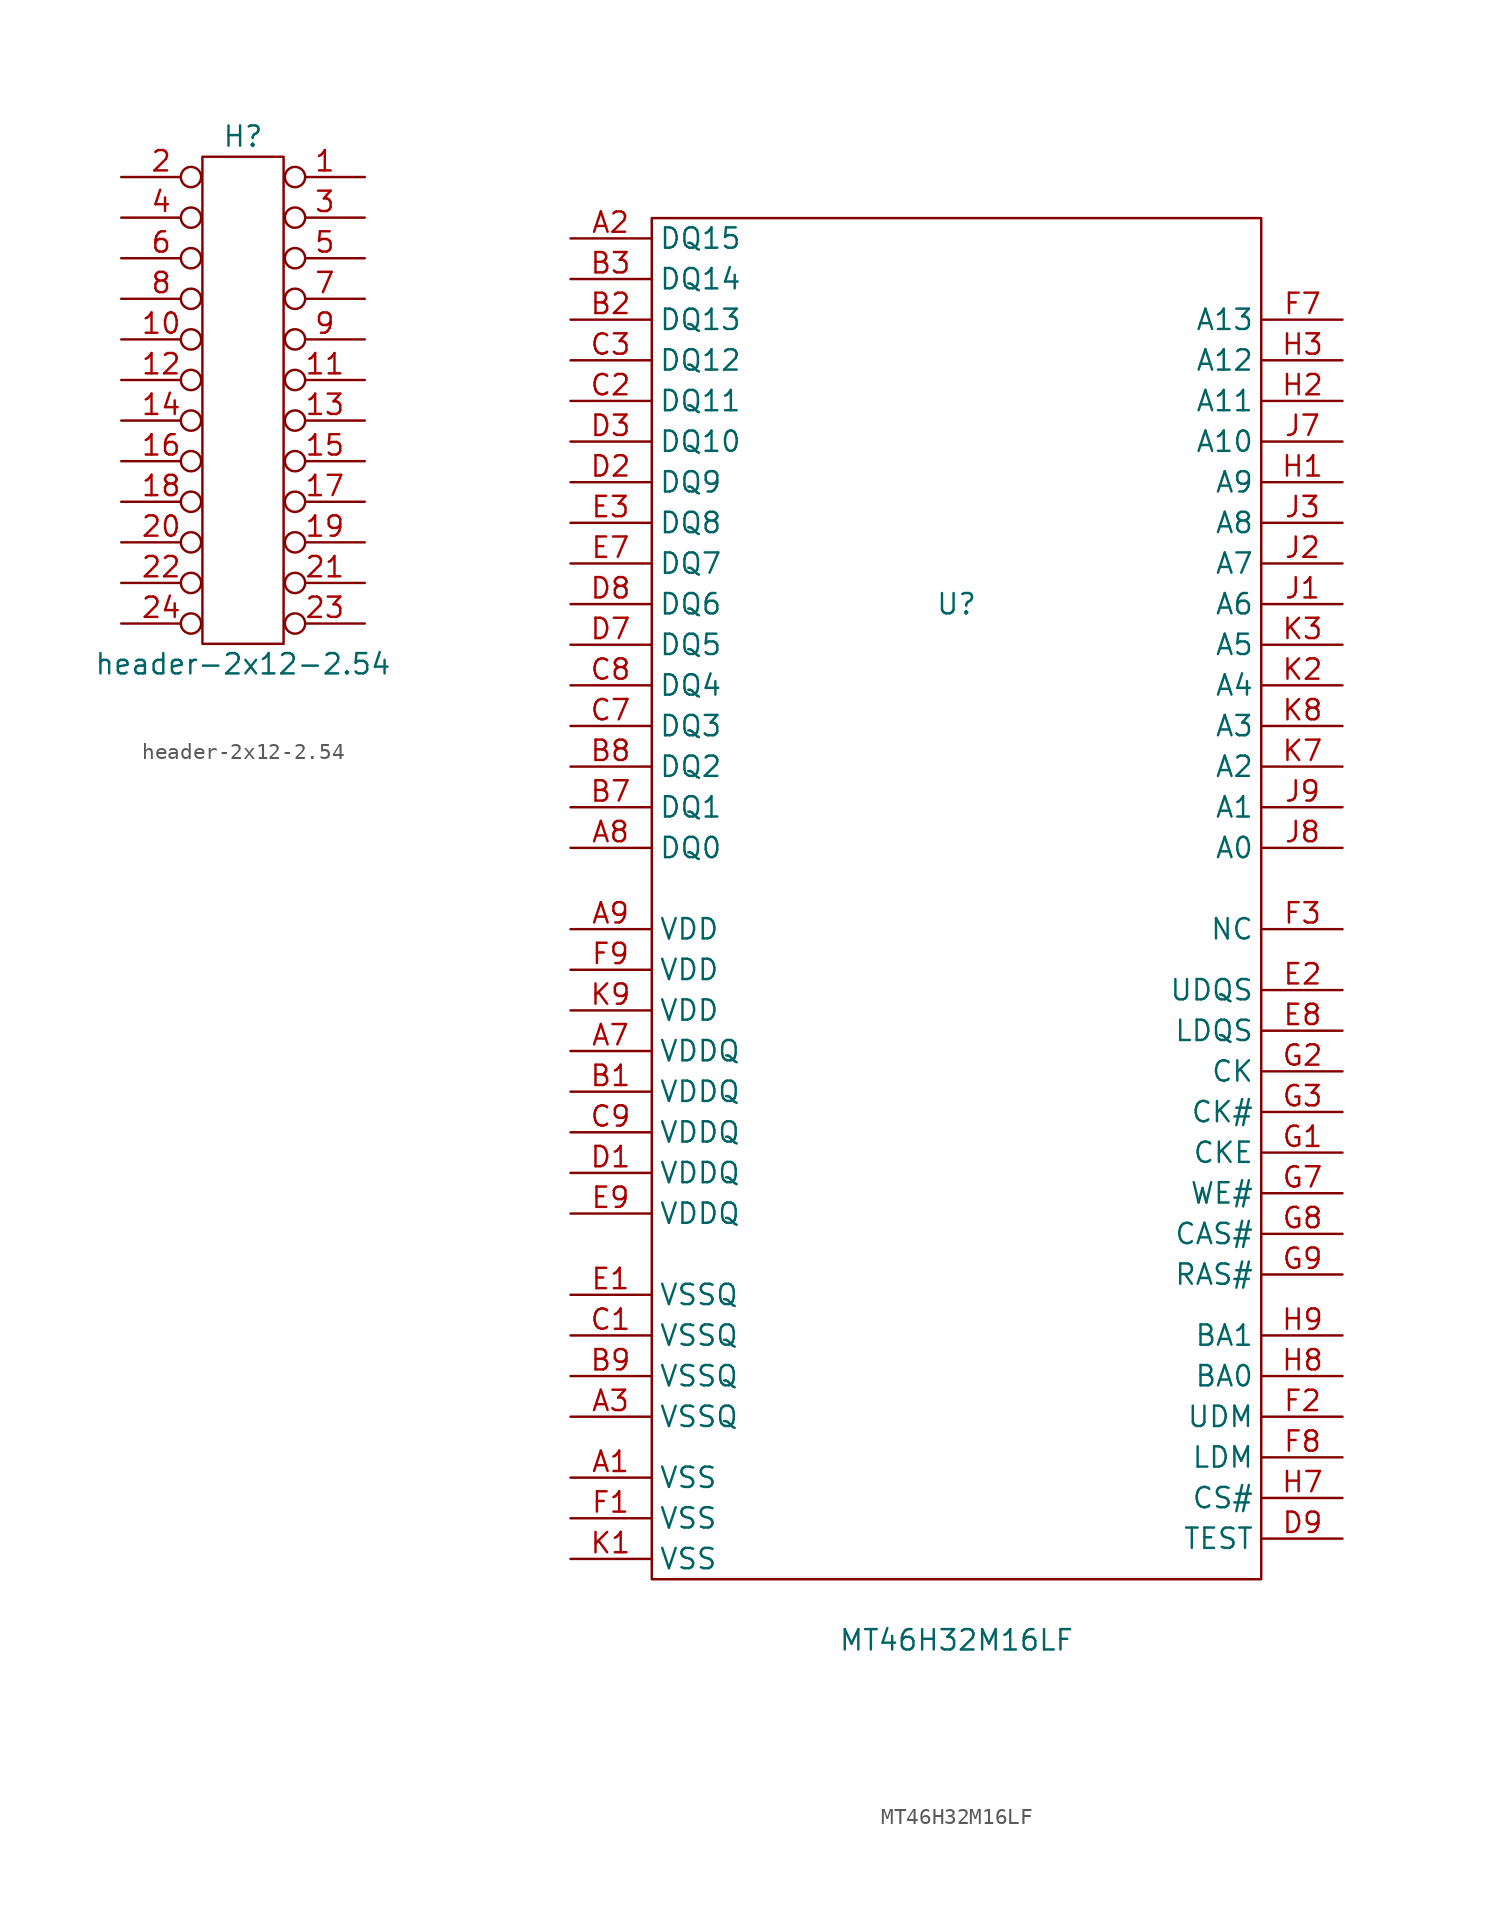
<source format=kicad_sym>
(kicad_symbol_lib
  (version 20211014)
  (generator kicad_symbol_editor)
  (symbol "header-2x12-2.54"
    (property "Reference" "H"
      (at 0 16.51 0)
      (effects (font (size 1.27 1.27))))
    (property "Value" "header-2x12-2.54"
      (at 0 -16.51 0)
      (effects (font (size 1.27 1.27))))
    (symbol "header-2x12-2.54_0_1"
      (rectangle (start -2.54 15.24) (end 2.54 -15.24) (stroke (width 0) (type default) (color 0 0 0 0)) (fill (type none))))
    (symbol "header-2x12-2.54_1_1"
      (pin passive inverted (at 7.62 13.97 180) (length 5) (name "" (effects (font (size 1.27 1.27)))) (number "1" (effects (font (size 1.27 1.27)))))
      (pin bidirectional inverted (at -7.62 3.81 0) (length 5) (name "" (effects (font (size 1.27 1.27)))) (number "10" (effects (font (size 1.27 1.27)))))
      (pin bidirectional inverted (at 7.62 1.27 180) (length 5) (name "" (effects (font (size 1.27 1.27)))) (number "11" (effects (font (size 1.27 1.27)))))
      (pin bidirectional inverted (at -7.62 1.27 0) (length 5) (name "" (effects (font (size 1.27 1.27)))) (number "12" (effects (font (size 1.27 1.27)))))
      (pin bidirectional inverted (at 7.62 -1.27 180) (length 5) (name "" (effects (font (size 1.27 1.27)))) (number "13" (effects (font (size 1.27 1.27)))))
      (pin bidirectional inverted (at -7.62 -1.27 0) (length 5) (name "" (effects (font (size 1.27 1.27)))) (number "14" (effects (font (size 1.27 1.27)))))
      (pin bidirectional inverted (at 7.62 -3.81 180) (length 5) (name "" (effects (font (size 1.27 1.27)))) (number "15" (effects (font (size 1.27 1.27)))))
      (pin bidirectional inverted (at -7.62 -3.81 0) (length 5) (name "" (effects (font (size 1.27 1.27)))) (number "16" (effects (font (size 1.27 1.27)))))
      (pin bidirectional inverted (at 7.62 -6.35 180) (length 5) (name "" (effects (font (size 1.27 1.27)))) (number "17" (effects (font (size 1.27 1.27)))))
      (pin bidirectional inverted (at -7.62 -6.35 0) (length 5) (name "" (effects (font (size 1.27 1.27)))) (number "18" (effects (font (size 1.27 1.27)))))
      (pin bidirectional inverted (at 7.62 -8.89 180) (length 5) (name "" (effects (font (size 1.27 1.27)))) (number "19" (effects (font (size 1.27 1.27)))))
      (pin passive inverted (at -7.62 13.97 0) (length 5) (name "" (effects (font (size 1.27 1.27)))) (number "2" (effects (font (size 1.27 1.27)))))
      (pin bidirectional inverted (at -7.62 -8.89 0) (length 5) (name "" (effects (font (size 1.27 1.27)))) (number "20" (effects (font (size 1.27 1.27)))))
      (pin bidirectional inverted (at 7.62 -11.43 180) (length 5) (name "" (effects (font (size 1.27 1.27)))) (number "21" (effects (font (size 1.27 1.27)))))
      (pin bidirectional inverted (at -7.62 -11.43 0) (length 5) (name "" (effects (font (size 1.27 1.27)))) (number "22" (effects (font (size 1.27 1.27)))))
      (pin bidirectional inverted (at 7.62 -13.97 180) (length 5) (name "" (effects (font (size 1.27 1.27)))) (number "23" (effects (font (size 1.27 1.27)))))
      (pin bidirectional inverted (at -7.62 -13.97 0) (length 5) (name "" (effects (font (size 1.27 1.27)))) (number "24" (effects (font (size 1.27 1.27)))))
      (pin bidirectional inverted (at 7.62 11.43 180) (length 5) (name "" (effects (font (size 1.27 1.27)))) (number "3" (effects (font (size 1.27 1.27)))))
      (pin bidirectional inverted (at -7.62 11.43 0) (length 5) (name "" (effects (font (size 1.27 1.27)))) (number "4" (effects (font (size 1.27 1.27)))))
      (pin bidirectional inverted (at 7.62 8.89 180) (length 5) (name "" (effects (font (size 1.27 1.27)))) (number "5" (effects (font (size 1.27 1.27)))))
      (pin bidirectional inverted (at -7.62 8.89 0) (length 5) (name "" (effects (font (size 1.27 1.27)))) (number "6" (effects (font (size 1.27 1.27)))))
      (pin bidirectional inverted (at 7.62 6.35 180) (length 5) (name "" (effects (font (size 1.27 1.27)))) (number "7" (effects (font (size 1.27 1.27)))))
      (pin bidirectional inverted (at -7.62 6.35 0) (length 5) (name "" (effects (font (size 1.27 1.27)))) (number "8" (effects (font (size 1.27 1.27)))))
      (pin bidirectional inverted (at 7.62 3.81 180) (length 5) (name "" (effects (font (size 1.27 1.27)))) (number "9" (effects (font (size 1.27 1.27)))))))
  (symbol "MT46H32M16LF"
    (property "Reference" "U"
      (at 0 0 0)
      (effects (font (size 1.27 1.27))))
    (property "Value" "MT46H32M16LF"
      (at 0 -64.77 0)
      (effects (font (size 1.27 1.27))))
    (symbol "MT46H32M16LF_0_1"
      (rectangle (start -19.05 24.13) (end 19.05 -60.96) (stroke (width 0) (type default) (color 0 0 0 0)) (fill (type none))))
    (symbol "MT46H32M16LF_1_1"
      (pin passive line (at -24.13 -54.61 0) (length 5) (name "VSS" (effects (font (size 1.27 1.27)))) (number "A1" (effects (font (size 1.27 1.27)))))
      (pin bidirectional line (at -24.13 22.86 0) (length 5) (name "DQ15" (effects (font (size 1.27 1.27)))) (number "A2" (effects (font (size 1.27 1.27)))))
      (pin passive line (at -24.13 -50.8 0) (length 5) (name "VSSQ" (effects (font (size 1.27 1.27)))) (number "A3" (effects (font (size 1.27 1.27)))))
      (pin passive line (at -24.13 -27.94 0) (length 5) (name "VDDQ" (effects (font (size 1.27 1.27)))) (number "A7" (effects (font (size 1.27 1.27)))))
      (pin bidirectional line (at -24.13 -15.24 0) (length 5) (name "DQ0" (effects (font (size 1.27 1.27)))) (number "A8" (effects (font (size 1.27 1.27)))))
      (pin passive line (at -24.13 -20.32 0) (length 5) (name "VDD" (effects (font (size 1.27 1.27)))) (number "A9" (effects (font (size 1.27 1.27)))))
      (pin passive line (at -24.13 -30.48 0) (length 5) (name "VDDQ" (effects (font (size 1.27 1.27)))) (number "B1" (effects (font (size 1.27 1.27)))))
      (pin bidirectional line (at -24.13 17.78 0) (length 5) (name "DQ13" (effects (font (size 1.27 1.27)))) (number "B2" (effects (font (size 1.27 1.27)))))
      (pin bidirectional line (at -24.13 20.32 0) (length 5) (name "DQ14" (effects (font (size 1.27 1.27)))) (number "B3" (effects (font (size 1.27 1.27)))))
      (pin bidirectional line (at -24.13 -12.7 0) (length 5) (name "DQ1" (effects (font (size 1.27 1.27)))) (number "B7" (effects (font (size 1.27 1.27)))))
      (pin bidirectional line (at -24.13 -10.16 0) (length 5) (name "DQ2" (effects (font (size 1.27 1.27)))) (number "B8" (effects (font (size 1.27 1.27)))))
      (pin passive line (at -24.13 -48.26 0) (length 5) (name "VSSQ" (effects (font (size 1.27 1.27)))) (number "B9" (effects (font (size 1.27 1.27)))))
      (pin passive line (at -24.13 -45.72 0) (length 5) (name "VSSQ" (effects (font (size 1.27 1.27)))) (number "C1" (effects (font (size 1.27 1.27)))))
      (pin bidirectional line (at -24.13 12.7 0) (length 5) (name "DQ11" (effects (font (size 1.27 1.27)))) (number "C2" (effects (font (size 1.27 1.27)))))
      (pin bidirectional line (at -24.13 15.24 0) (length 5) (name "DQ12" (effects (font (size 1.27 1.27)))) (number "C3" (effects (font (size 1.27 1.27)))))
      (pin bidirectional line (at -24.13 -7.62 0) (length 5) (name "DQ3" (effects (font (size 1.27 1.27)))) (number "C7" (effects (font (size 1.27 1.27)))))
      (pin bidirectional line (at -24.13 -5.08 0) (length 5) (name "DQ4" (effects (font (size 1.27 1.27)))) (number "C8" (effects (font (size 1.27 1.27)))))
      (pin passive line (at -24.13 -33.02 0) (length 5) (name "VDDQ" (effects (font (size 1.27 1.27)))) (number "C9" (effects (font (size 1.27 1.27)))))
      (pin passive line (at -24.13 -35.56 0) (length 5) (name "VDDQ" (effects (font (size 1.27 1.27)))) (number "D1" (effects (font (size 1.27 1.27)))))
      (pin bidirectional line (at -24.13 7.62 0) (length 5) (name "DQ9" (effects (font (size 1.27 1.27)))) (number "D2" (effects (font (size 1.27 1.27)))))
      (pin bidirectional line (at -24.13 10.16 0) (length 5) (name "DQ10" (effects (font (size 1.27 1.27)))) (number "D3" (effects (font (size 1.27 1.27)))))
      (pin bidirectional line (at -24.13 -2.54 0) (length 5) (name "DQ5" (effects (font (size 1.27 1.27)))) (number "D7" (effects (font (size 1.27 1.27)))))
      (pin bidirectional line (at -24.13 0 0) (length 5) (name "DQ6" (effects (font (size 1.27 1.27)))) (number "D8" (effects (font (size 1.27 1.27)))))
      (pin passive line (at 24.13 -58.42 180) (length 5) (name "TEST" (effects (font (size 1.27 1.27)))) (number "D9" (effects (font (size 1.27 1.27)))))
      (pin passive line (at -24.13 -43.18 0) (length 5) (name "VSSQ" (effects (font (size 1.27 1.27)))) (number "E1" (effects (font (size 1.27 1.27)))))
      (pin bidirectional line (at 24.13 -24.13 180) (length 5) (name "UDQS" (effects (font (size 1.27 1.27)))) (number "E2" (effects (font (size 1.27 1.27)))))
      (pin bidirectional line (at -24.13 5.08 0) (length 5) (name "DQ8" (effects (font (size 1.27 1.27)))) (number "E3" (effects (font (size 1.27 1.27)))))
      (pin bidirectional line (at -24.13 2.54 0) (length 5) (name "DQ7" (effects (font (size 1.27 1.27)))) (number "E7" (effects (font (size 1.27 1.27)))))
      (pin bidirectional line (at 24.13 -26.67 180) (length 5) (name "LDQS" (effects (font (size 1.27 1.27)))) (number "E8" (effects (font (size 1.27 1.27)))))
      (pin passive line (at -24.13 -38.1 0) (length 5) (name "VDDQ" (effects (font (size 1.27 1.27)))) (number "E9" (effects (font (size 1.27 1.27)))))
      (pin passive line (at -24.13 -57.15 0) (length 5) (name "VSS" (effects (font (size 1.27 1.27)))) (number "F1" (effects (font (size 1.27 1.27)))))
      (pin input line (at 24.13 -50.8 180) (length 5) (name "UDM" (effects (font (size 1.27 1.27)))) (number "F2" (effects (font (size 1.27 1.27)))))
      (pin free line (at 24.13 -20.32 180) (length 5) (name "NC" (effects (font (size 1.27 1.27)))) (number "F3" (effects (font (size 1.27 1.27)))))
      (pin passive line (at 24.13 17.78 180) (length 5) (name "A13" (effects (font (size 1.27 1.27)))) (number "F7" (effects (font (size 1.27 1.27)))))
      (pin input line (at 24.13 -53.34 180) (length 5) (name "LDM" (effects (font (size 1.27 1.27)))) (number "F8" (effects (font (size 1.27 1.27)))))
      (pin passive line (at -24.13 -22.86 0) (length 5) (name "VDD" (effects (font (size 1.27 1.27)))) (number "F9" (effects (font (size 1.27 1.27)))))
      (pin input line (at 24.13 -34.29 180) (length 5) (name "CKE" (effects (font (size 1.27 1.27)))) (number "G1" (effects (font (size 1.27 1.27)))))
      (pin input line (at 24.13 -29.21 180) (length 5) (name "CK" (effects (font (size 1.27 1.27)))) (number "G2" (effects (font (size 1.27 1.27)))))
      (pin input line (at 24.13 -31.75 180) (length 5) (name "CK#" (effects (font (size 1.27 1.27)))) (number "G3" (effects (font (size 1.27 1.27)))))
      (pin input line (at 24.13 -36.83 180) (length 5) (name "WE#" (effects (font (size 1.27 1.27)))) (number "G7" (effects (font (size 1.27 1.27)))))
      (pin input line (at 24.13 -39.37 180) (length 5) (name "CAS#" (effects (font (size 1.27 1.27)))) (number "G8" (effects (font (size 1.27 1.27)))))
      (pin input line (at 24.13 -41.91 180) (length 5) (name "RAS#" (effects (font (size 1.27 1.27)))) (number "G9" (effects (font (size 1.27 1.27)))))
      (pin input line (at 24.13 7.62 180) (length 5) (name "A9" (effects (font (size 1.27 1.27)))) (number "H1" (effects (font (size 1.27 1.27)))))
      (pin input line (at 24.13 12.7 180) (length 5) (name "A11" (effects (font (size 1.27 1.27)))) (number "H2" (effects (font (size 1.27 1.27)))))
      (pin input line (at 24.13 15.24 180) (length 5) (name "A12" (effects (font (size 1.27 1.27)))) (number "H3" (effects (font (size 1.27 1.27)))))
      (pin passive line (at 24.13 -55.88 180) (length 5) (name "CS#" (effects (font (size 1.27 1.27)))) (number "H7" (effects (font (size 1.27 1.27)))))
      (pin input line (at 24.13 -48.26 180) (length 5) (name "BA0" (effects (font (size 1.27 1.27)))) (number "H8" (effects (font (size 1.27 1.27)))))
      (pin input line (at 24.13 -45.72 180) (length 5) (name "BA1" (effects (font (size 1.27 1.27)))) (number "H9" (effects (font (size 1.27 1.27)))))
      (pin input line (at 24.13 0 180) (length 5) (name "A6" (effects (font (size 1.27 1.27)))) (number "J1" (effects (font (size 1.27 1.27)))))
      (pin input line (at 24.13 2.54 180) (length 5) (name "A7" (effects (font (size 1.27 1.27)))) (number "J2" (effects (font (size 1.27 1.27)))))
      (pin input line (at 24.13 5.08 180) (length 5) (name "A8" (effects (font (size 1.27 1.27)))) (number "J3" (effects (font (size 1.27 1.27)))))
      (pin input line (at 24.13 10.16 180) (length 5) (name "A10" (effects (font (size 1.27 1.27)))) (number "J7" (effects (font (size 1.27 1.27)))))
      (pin input line (at 24.13 -15.24 180) (length 5) (name "A0" (effects (font (size 1.27 1.27)))) (number "J8" (effects (font (size 1.27 1.27)))))
      (pin input line (at 24.13 -12.7 180) (length 5) (name "A1" (effects (font (size 1.27 1.27)))) (number "J9" (effects (font (size 1.27 1.27)))))
      (pin passive line (at -24.13 -59.69 0) (length 5) (name "VSS" (effects (font (size 1.27 1.27)))) (number "K1" (effects (font (size 1.27 1.27)))))
      (pin input line (at 24.13 -5.08 180) (length 5) (name "A4" (effects (font (size 1.27 1.27)))) (number "K2" (effects (font (size 1.27 1.27)))))
      (pin input line (at 24.13 -2.54 180) (length 5) (name "A5" (effects (font (size 1.27 1.27)))) (number "K3" (effects (font (size 1.27 1.27)))))
      (pin input line (at 24.13 -10.16 180) (length 5) (name "A2" (effects (font (size 1.27 1.27)))) (number "K7" (effects (font (size 1.27 1.27)))))
      (pin input line (at 24.13 -7.62 180) (length 5) (name "A3" (effects (font (size 1.27 1.27)))) (number "K8" (effects (font (size 1.27 1.27)))))
      (pin passive line (at -24.13 -25.4 0) (length 5) (name "VDD" (effects (font (size 1.27 1.27)))) (number "K9" (effects (font (size 1.27 1.27))))))))
</source>
